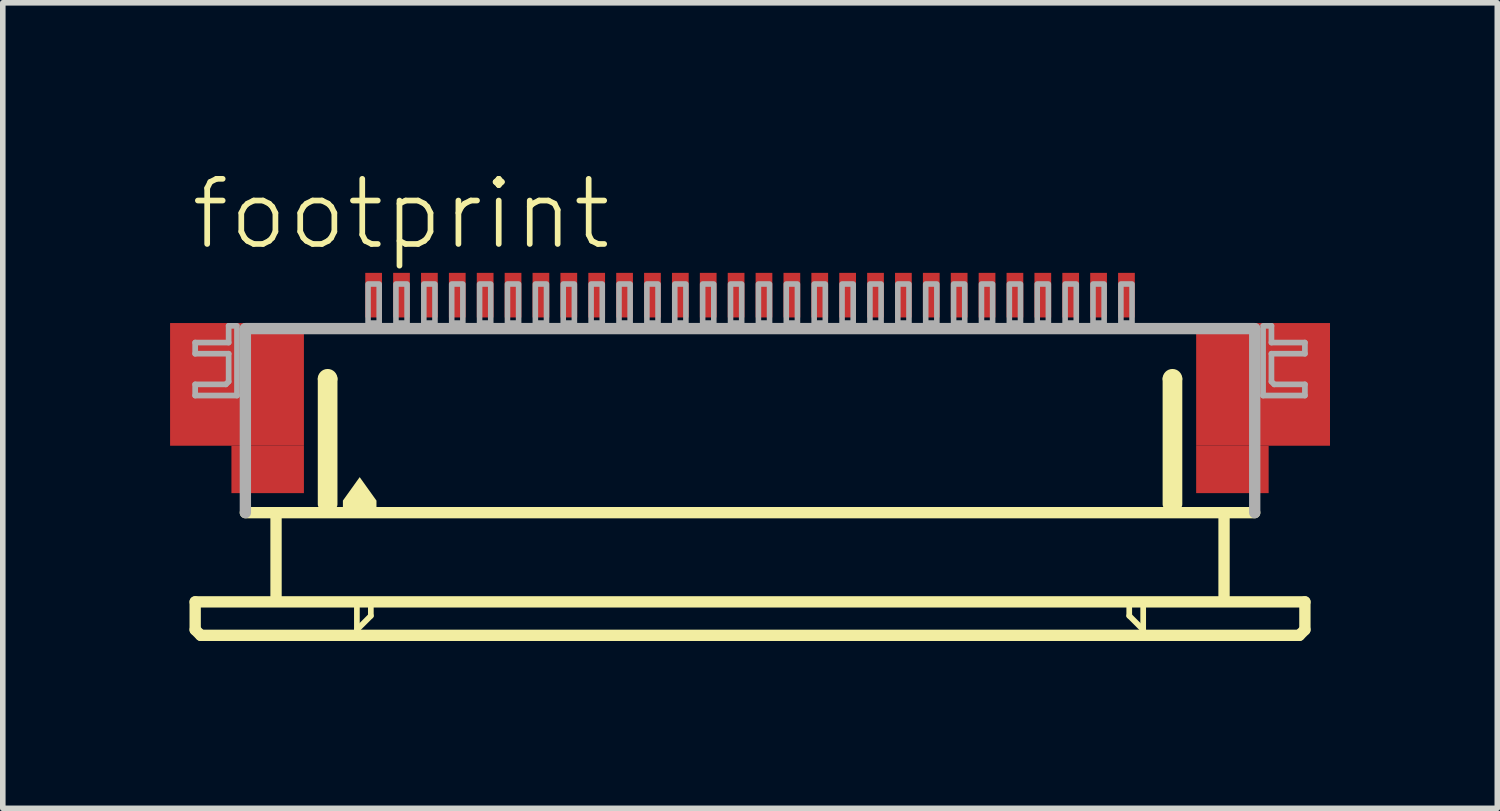
<source format=kicad_pcb>
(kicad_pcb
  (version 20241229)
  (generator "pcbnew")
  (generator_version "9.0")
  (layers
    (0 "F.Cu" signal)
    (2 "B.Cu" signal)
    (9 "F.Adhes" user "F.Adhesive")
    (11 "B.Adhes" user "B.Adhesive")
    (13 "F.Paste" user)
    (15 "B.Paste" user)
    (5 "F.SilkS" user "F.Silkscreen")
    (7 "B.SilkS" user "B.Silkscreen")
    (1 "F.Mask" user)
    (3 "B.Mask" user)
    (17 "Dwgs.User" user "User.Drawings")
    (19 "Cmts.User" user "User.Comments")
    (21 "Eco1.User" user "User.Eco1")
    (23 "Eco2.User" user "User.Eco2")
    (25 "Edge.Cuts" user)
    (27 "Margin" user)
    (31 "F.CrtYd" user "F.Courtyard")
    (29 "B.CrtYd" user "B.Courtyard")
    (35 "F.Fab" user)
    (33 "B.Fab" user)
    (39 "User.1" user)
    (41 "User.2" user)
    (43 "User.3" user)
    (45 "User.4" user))
  (footprint "footprint"
    (layer "F.Cu")
    (at 10.4 4.743)
    (property "Reference" "footprint" (at -10.08 -3.27 0) (layer "F.SilkS") (effects (font (size 1.168 1.168) (thickness 0.102)) (justify left bottom)))
    (fp_poly (pts (xy -10.4 0.2) (xy -8 0.2) (xy -8 -2) (xy -10.4 -2)) (stroke (width 0) (type solid)) (fill yes) (layer "F.Cu"))
    (fp_poly (pts (xy -9.3 1.05) (xy -8 1.05) (xy -8 0.2) (xy -9.3 0.2)) (stroke (width 0) (type solid)) (fill yes) (layer "F.Cu"))
    (fp_poly (pts (xy 8 0.2) (xy 10.4 0.2) (xy 10.4 -2) (xy 8 -2)) (stroke (width 0) (type solid)) (fill yes) (layer "F.Cu"))
    (fp_poly (pts (xy 8 1.05) (xy 9.3 1.05) (xy 9.3 0.2) (xy 8 0.2)) (stroke (width 0) (type solid)) (fill yes) (layer "F.Cu"))
    (fp_poly (pts (xy -10.4 0.2) (xy -9.25 0.2) (xy -9.25 -2) (xy -10.4 -2)) (stroke (width 0) (type solid)) (fill yes) (layer "F.Mask"))
    (fp_poly (pts (xy -9.3 1.05) (xy -8 1.05) (xy -8 -2) (xy -9.3 -2)) (stroke (width 0) (type solid)) (fill yes) (layer "F.Mask"))
    (fp_poly (pts (xy 9.3 -2) (xy 8 -2) (xy 8 1.05) (xy 9.3 1.05)) (stroke (width 0) (type solid)) (fill yes) (layer "F.Mask"))
    (fp_poly (pts (xy 10.4 -2) (xy 9.25 -2) (xy 9.25 0.2) (xy 10.4 0.2)) (stroke (width 0) (type solid)) (fill yes) (layer "F.Mask"))
    (fp_line (start -9.95 3) (end -9.95 3.5) (stroke (width 0.203) (type solid)) (layer "F.SilkS"))
    (fp_line (start -9.95 3.5) (end -9.85 3.6) (stroke (width 0.203) (type solid)) (layer "F.SilkS"))
    (fp_line (start -9.85 3.6) (end 9.85 3.6) (stroke (width 0.203) (type solid)) (layer "F.SilkS"))
    (fp_line (start -8.5 1.5) (end -8.5 2.9) (stroke (width 0.203) (type solid)) (layer "F.SilkS"))
    (fp_line (start -7.65 1.25) (end -7.65 -1) (stroke (width 0.203) (type solid)) (layer "F.SilkS"))
    (fp_line (start -7.5 -1) (end -7.5 1.25) (stroke (width 0.203) (type solid)) (layer "F.SilkS"))
    (fp_line (start -7.05 3.1) (end -7.05 3.5) (stroke (width 0.102) (type solid)) (layer "F.SilkS"))
    (fp_line (start -7.05 3.5) (end -6.8 3.25) (stroke (width 0.102) (type solid)) (layer "F.SilkS"))
    (fp_line (start -6.8 3.25) (end -6.8 3.1) (stroke (width 0.102) (type solid)) (layer "F.SilkS"))
    (fp_line (start 6.8 3.1) (end 6.8 3.25) (stroke (width 0.102) (type solid)) (layer "F.SilkS"))
    (fp_line (start 6.8 3.25) (end 7.05 3.5) (stroke (width 0.102) (type solid)) (layer "F.SilkS"))
    (fp_line (start 7.05 3.5) (end 7.05 3.1) (stroke (width 0.102) (type solid)) (layer "F.SilkS"))
    (fp_line (start 7.5 1.25) (end 7.5 -1) (stroke (width 0.203) (type solid)) (layer "F.SilkS"))
    (fp_line (start 7.65 -1) (end 7.65 1.25) (stroke (width 0.203) (type solid)) (layer "F.SilkS"))
    (fp_line (start 8.5 1.5) (end 8.5 2.9) (stroke (width 0.203) (type solid)) (layer "F.SilkS"))
    (fp_line (start 9.05 1.4) (end -9.05 1.4) (stroke (width 0.203) (type solid)) (layer "F.SilkS"))
    (fp_line (start 9.85 3.6) (end 9.95 3.5) (stroke (width 0.203) (type solid)) (layer "F.SilkS"))
    (fp_line (start 9.95 3) (end -9.95 3) (stroke (width 0.203) (type solid)) (layer "F.SilkS"))
    (fp_line (start 9.95 3.5) (end 9.95 3) (stroke (width 0.203) (type solid)) (layer "F.SilkS"))
    (fp_arc (start -7.65 -1) (mid -7.575 -1.075) (end -7.5 -1) (stroke (width 0.2032) (type solid)) (layer "F.SilkS"))
    (fp_arc (start 7.5 -1) (mid 7.575 -1.075) (end 7.65 -1) (stroke (width 0.2032) (type solid)) (layer "F.SilkS"))
    (fp_poly (pts (xy -6.699 1.184) (xy -6.699 1.301) (xy -7.301 1.301) (xy -7.301 1.184) (xy -7 0.763)) (stroke (width 0) (type solid)) (fill yes) (layer "F.SilkS"))
    (fp_poly (pts (xy -10.2 0.05) (xy -8.2 0.05) (xy -8.2 -1.85) (xy -10.2 -1.85)) (stroke (width 0) (type solid)) (fill yes) (layer "F.Paste"))
    (fp_poly (pts (xy 10.2 -1.85) (xy 8.2 -1.85) (xy 8.2 0.05) (xy 10.2 0.05)) (stroke (width 0) (type solid)) (fill yes) (layer "F.Paste"))
    (fp_line (start -9.95 -1.65) (end -9.95 -1.45) (stroke (width 0.102) (type solid)) (layer "F.Fab"))
    (fp_line (start -9.95 -1.45) (end -9.35 -1.45) (stroke (width 0.102) (type solid)) (layer "F.Fab"))
    (fp_line (start -9.95 -0.9) (end -9.95 -0.7) (stroke (width 0.102) (type solid)) (layer "F.Fab"))
    (fp_line (start -9.95 -0.7) (end -9.2 -0.7) (stroke (width 0.102) (type solid)) (layer "F.Fab"))
    (fp_line (start -9.4 -0.9) (end -9.95 -0.9) (stroke (width 0.102) (type solid)) (layer "F.Fab"))
    (fp_line (start -9.35 -1.95) (end -9.35 -1.65) (stroke (width 0.102) (type solid)) (layer "F.Fab"))
    (fp_line (start -9.35 -1.65) (end -9.95 -1.65) (stroke (width 0.102) (type solid)) (layer "F.Fab"))
    (fp_line (start -9.35 -1.45) (end -9.35 -0.95) (stroke (width 0.102) (type solid)) (layer "F.Fab"))
    (fp_line (start -9.35 -0.95) (end -9.4 -0.9) (stroke (width 0.102) (type solid)) (layer "F.Fab"))
    (fp_line (start -9.2 -1.95) (end -9.35 -1.95) (stroke (width 0.102) (type solid)) (layer "F.Fab"))
    (fp_line (start -9.2 -0.7) (end -9.2 -1.9) (stroke (width 0.102) (type solid)) (layer "F.Fab"))
    (fp_line (start -9.05 -1.9) (end 9.05 -1.9) (stroke (width 0.203) (type solid)) (layer "F.Fab"))
    (fp_line (start -9.05 1.4) (end -9.05 -1.9) (stroke (width 0.203) (type solid)) (layer "F.Fab"))
    (fp_line (start 9.05 -1.9) (end 9.05 1.4) (stroke (width 0.203) (type solid)) (layer "F.Fab"))
    (fp_line (start 9.2 -1.95) (end 9.35 -1.95) (stroke (width 0.102) (type solid)) (layer "F.Fab"))
    (fp_line (start 9.2 -0.7) (end 9.2 -1.9) (stroke (width 0.102) (type solid)) (layer "F.Fab"))
    (fp_line (start 9.35 -1.95) (end 9.35 -1.65) (stroke (width 0.102) (type solid)) (layer "F.Fab"))
    (fp_line (start 9.35 -1.65) (end 9.95 -1.65) (stroke (width 0.102) (type solid)) (layer "F.Fab"))
    (fp_line (start 9.35 -1.45) (end 9.35 -0.95) (stroke (width 0.102) (type solid)) (layer "F.Fab"))
    (fp_line (start 9.35 -0.95) (end 9.4 -0.9) (stroke (width 0.102) (type solid)) (layer "F.Fab"))
    (fp_line (start 9.4 -0.9) (end 9.95 -0.9) (stroke (width 0.102) (type solid)) (layer "F.Fab"))
    (fp_line (start 9.95 -1.65) (end 9.95 -1.45) (stroke (width 0.102) (type solid)) (layer "F.Fab"))
    (fp_line (start 9.95 -1.45) (end 9.35 -1.45) (stroke (width 0.102) (type solid)) (layer "F.Fab"))
    (fp_line (start 9.95 -0.9) (end 9.95 -0.7) (stroke (width 0.102) (type solid)) (layer "F.Fab"))
    (fp_line (start 9.95 -0.7) (end 9.2 -0.7) (stroke (width 0.102) (type solid)) (layer "F.Fab"))
    (fp_poly (pts (xy -6.85 -2) (xy -6.65 -2) (xy -6.65 -2.7) (xy -6.85 -2.7)) (stroke (width 0.1) (type solid)) (fill no) (layer "F.Fab"))
    (fp_poly (pts (xy -6.35 -2) (xy -6.15 -2) (xy -6.15 -2.7) (xy -6.35 -2.7)) (stroke (width 0.1) (type solid)) (fill no) (layer "F.Fab"))
    (fp_poly (pts (xy -5.85 -2) (xy -5.65 -2) (xy -5.65 -2.7) (xy -5.85 -2.7)) (stroke (width 0.1) (type solid)) (fill no) (layer "F.Fab"))
    (fp_poly (pts (xy -5.35 -2) (xy -5.15 -2) (xy -5.15 -2.7) (xy -5.35 -2.7)) (stroke (width 0.1) (type solid)) (fill no) (layer "F.Fab"))
    (fp_poly (pts (xy -4.85 -2) (xy -4.65 -2) (xy -4.65 -2.7) (xy -4.85 -2.7)) (stroke (width 0.1) (type solid)) (fill no) (layer "F.Fab"))
    (fp_poly (pts (xy -4.35 -2) (xy -4.15 -2) (xy -4.15 -2.7) (xy -4.35 -2.7)) (stroke (width 0.1) (type solid)) (fill no) (layer "F.Fab"))
    (fp_poly (pts (xy -3.85 -2) (xy -3.65 -2) (xy -3.65 -2.7) (xy -3.85 -2.7)) (stroke (width 0.1) (type solid)) (fill no) (layer "F.Fab"))
    (fp_poly (pts (xy -3.35 -2) (xy -3.15 -2) (xy -3.15 -2.7) (xy -3.35 -2.7)) (stroke (width 0.1) (type solid)) (fill no) (layer "F.Fab"))
    (fp_poly (pts (xy -2.85 -2) (xy -2.65 -2) (xy -2.65 -2.7) (xy -2.85 -2.7)) (stroke (width 0.1) (type solid)) (fill no) (layer "F.Fab"))
    (fp_poly (pts (xy -2.35 -2) (xy -2.15 -2) (xy -2.15 -2.7) (xy -2.35 -2.7)) (stroke (width 0.1) (type solid)) (fill no) (layer "F.Fab"))
    (fp_poly (pts (xy -1.85 -2) (xy -1.65 -2) (xy -1.65 -2.7) (xy -1.85 -2.7)) (stroke (width 0.1) (type solid)) (fill no) (layer "F.Fab"))
    (fp_poly (pts (xy -1.35 -2) (xy -1.15 -2) (xy -1.15 -2.7) (xy -1.35 -2.7)) (stroke (width 0.1) (type solid)) (fill no) (layer "F.Fab"))
    (fp_poly (pts (xy -0.85 -2) (xy -0.65 -2) (xy -0.65 -2.7) (xy -0.85 -2.7)) (stroke (width 0.1) (type solid)) (fill no) (layer "F.Fab"))
    (fp_poly (pts (xy -0.35 -2) (xy -0.15 -2) (xy -0.15 -2.7) (xy -0.35 -2.7)) (stroke (width 0.1) (type solid)) (fill no) (layer "F.Fab"))
    (fp_poly (pts (xy 0.15 -2) (xy 0.35 -2) (xy 0.35 -2.7) (xy 0.15 -2.7)) (stroke (width 0.1) (type solid)) (fill no) (layer "F.Fab"))
    (fp_poly (pts (xy 0.65 -2) (xy 0.85 -2) (xy 0.85 -2.7) (xy 0.65 -2.7)) (stroke (width 0.1) (type solid)) (fill no) (layer "F.Fab"))
    (fp_poly (pts (xy 1.15 -2) (xy 1.35 -2) (xy 1.35 -2.7) (xy 1.15 -2.7)) (stroke (width 0.1) (type solid)) (fill no) (layer "F.Fab"))
    (fp_poly (pts (xy 1.65 -2) (xy 1.85 -2) (xy 1.85 -2.7) (xy 1.65 -2.7)) (stroke (width 0.1) (type solid)) (fill no) (layer "F.Fab"))
    (fp_poly (pts (xy 2.15 -2) (xy 2.35 -2) (xy 2.35 -2.7) (xy 2.15 -2.7)) (stroke (width 0.1) (type solid)) (fill no) (layer "F.Fab"))
    (fp_poly (pts (xy 2.65 -2) (xy 2.85 -2) (xy 2.85 -2.7) (xy 2.65 -2.7)) (stroke (width 0.1) (type solid)) (fill no) (layer "F.Fab"))
    (fp_poly (pts (xy 3.15 -2) (xy 3.35 -2) (xy 3.35 -2.7) (xy 3.15 -2.7)) (stroke (width 0.1) (type solid)) (fill no) (layer "F.Fab"))
    (fp_poly (pts (xy 3.65 -2) (xy 3.85 -2) (xy 3.85 -2.7) (xy 3.65 -2.7)) (stroke (width 0.1) (type solid)) (fill no) (layer "F.Fab"))
    (fp_poly (pts (xy 4.15 -2) (xy 4.35 -2) (xy 4.35 -2.7) (xy 4.15 -2.7)) (stroke (width 0.1) (type solid)) (fill no) (layer "F.Fab"))
    (fp_poly (pts (xy 4.65 -2) (xy 4.85 -2) (xy 4.85 -2.7) (xy 4.65 -2.7)) (stroke (width 0.1) (type solid)) (fill no) (layer "F.Fab"))
    (fp_poly (pts (xy 5.15 -2) (xy 5.35 -2) (xy 5.35 -2.7) (xy 5.15 -2.7)) (stroke (width 0.1) (type solid)) (fill no) (layer "F.Fab"))
    (fp_poly (pts (xy 5.65 -2) (xy 5.85 -2) (xy 5.85 -2.7) (xy 5.65 -2.7)) (stroke (width 0.1) (type solid)) (fill no) (layer "F.Fab"))
    (fp_poly (pts (xy 6.15 -2) (xy 6.35 -2) (xy 6.35 -2.7) (xy 6.15 -2.7)) (stroke (width 0.1) (type solid)) (fill no) (layer "F.Fab"))
    (fp_poly (pts (xy 6.65 -2) (xy 6.85 -2) (xy 6.85 -2.7) (xy 6.65 -2.7)) (stroke (width 0.1) (type solid)) (fill no) (layer "F.Fab"))
    (pad "1" smd rect (at -6.75 -2.5) (size 0.3 0.8) (layers "F.Cu" "F.Mask" "F.Paste"))
    (pad "2" smd rect (at -6.25 -2.5) (size 0.3 0.8) (layers "F.Cu" "F.Mask" "F.Paste"))
    (pad "3" smd rect (at -5.75 -2.5) (size 0.3 0.8) (layers "F.Cu" "F.Mask" "F.Paste"))
    (pad "4" smd rect (at -5.25 -2.5) (size 0.3 0.8) (layers "F.Cu" "F.Mask" "F.Paste"))
    (pad "5" smd rect (at -4.75 -2.5) (size 0.3 0.8) (layers "F.Cu" "F.Mask" "F.Paste"))
    (pad "6" smd rect (at -4.25 -2.5) (size 0.3 0.8) (layers "F.Cu" "F.Mask" "F.Paste"))
    (pad "7" smd rect (at -3.75 -2.5) (size 0.3 0.8) (layers "F.Cu" "F.Mask" "F.Paste"))
    (pad "8" smd rect (at -3.25 -2.5) (size 0.3 0.8) (layers "F.Cu" "F.Mask" "F.Paste"))
    (pad "9" smd rect (at -2.75 -2.5) (size 0.3 0.8) (layers "F.Cu" "F.Mask" "F.Paste"))
    (pad "10" smd rect (at -2.25 -2.5) (size 0.3 0.8) (layers "F.Cu" "F.Mask" "F.Paste"))
    (pad "11" smd rect (at -1.75 -2.5) (size 0.3 0.8) (layers "F.Cu" "F.Mask" "F.Paste"))
    (pad "12" smd rect (at -1.25 -2.5) (size 0.3 0.8) (layers "F.Cu" "F.Mask" "F.Paste"))
    (pad "13" smd rect (at -0.75 -2.5) (size 0.3 0.8) (layers "F.Cu" "F.Mask" "F.Paste"))
    (pad "14" smd rect (at -0.25 -2.5) (size 0.3 0.8) (layers "F.Cu" "F.Mask" "F.Paste"))
    (pad "15" smd rect (at 0.25 -2.5) (size 0.3 0.8) (layers "F.Cu" "F.Mask" "F.Paste"))
    (pad "16" smd rect (at 0.75 -2.5) (size 0.3 0.8) (layers "F.Cu" "F.Mask" "F.Paste"))
    (pad "17" smd rect (at 1.25 -2.5) (size 0.3 0.8) (layers "F.Cu" "F.Mask" "F.Paste"))
    (pad "18" smd rect (at 1.75 -2.5) (size 0.3 0.8) (layers "F.Cu" "F.Mask" "F.Paste"))
    (pad "19" smd rect (at 2.25 -2.5) (size 0.3 0.8) (layers "F.Cu" "F.Mask" "F.Paste"))
    (pad "20" smd rect (at 2.75 -2.5) (size 0.3 0.8) (layers "F.Cu" "F.Mask" "F.Paste"))
    (pad "21" smd rect (at 3.25 -2.5) (size 0.3 0.8) (layers "F.Cu" "F.Mask" "F.Paste"))
    (pad "22" smd rect (at 3.75 -2.5) (size 0.3 0.8) (layers "F.Cu" "F.Mask" "F.Paste"))
    (pad "23" smd rect (at 4.25 -2.5) (size 0.3 0.8) (layers "F.Cu" "F.Mask" "F.Paste"))
    (pad "24" smd rect (at 4.75 -2.5) (size 0.3 0.8) (layers "F.Cu" "F.Mask" "F.Paste"))
    (pad "25" smd rect (at 5.25 -2.5) (size 0.3 0.8) (layers "F.Cu" "F.Mask" "F.Paste"))
    (pad "26" smd rect (at 5.75 -2.5) (size 0.3 0.8) (layers "F.Cu" "F.Mask" "F.Paste"))
    (pad "27" smd rect (at 6.25 -2.5) (size 0.3 0.8) (layers "F.Cu" "F.Mask" "F.Paste"))
    (pad "28" smd rect (at 6.75 -2.5) (size 0.3 0.8) (layers "F.Cu" "F.Mask" "F.Paste")))
  (gr_rect
    (start -3 -3)
    (end 23.8 11.445)
    (stroke (width 0.1) (type default))
    (fill no)
    (layer "Edge.Cuts")))
</source>
